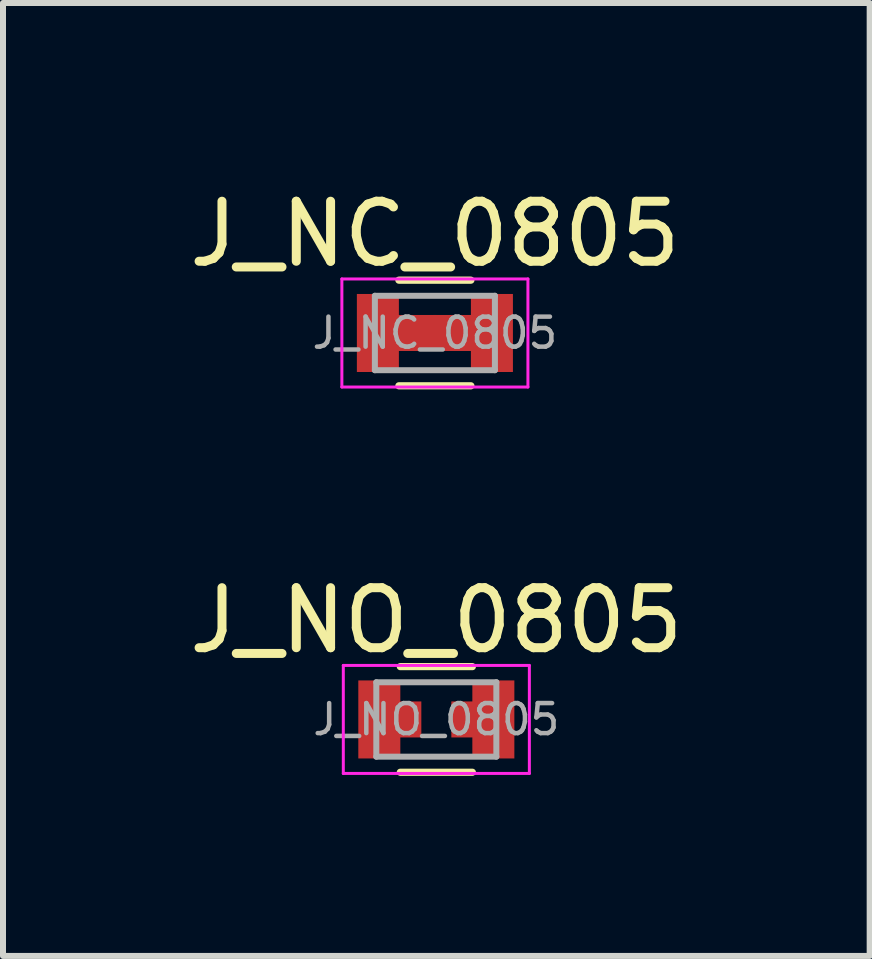
<source format=kicad_pcb>
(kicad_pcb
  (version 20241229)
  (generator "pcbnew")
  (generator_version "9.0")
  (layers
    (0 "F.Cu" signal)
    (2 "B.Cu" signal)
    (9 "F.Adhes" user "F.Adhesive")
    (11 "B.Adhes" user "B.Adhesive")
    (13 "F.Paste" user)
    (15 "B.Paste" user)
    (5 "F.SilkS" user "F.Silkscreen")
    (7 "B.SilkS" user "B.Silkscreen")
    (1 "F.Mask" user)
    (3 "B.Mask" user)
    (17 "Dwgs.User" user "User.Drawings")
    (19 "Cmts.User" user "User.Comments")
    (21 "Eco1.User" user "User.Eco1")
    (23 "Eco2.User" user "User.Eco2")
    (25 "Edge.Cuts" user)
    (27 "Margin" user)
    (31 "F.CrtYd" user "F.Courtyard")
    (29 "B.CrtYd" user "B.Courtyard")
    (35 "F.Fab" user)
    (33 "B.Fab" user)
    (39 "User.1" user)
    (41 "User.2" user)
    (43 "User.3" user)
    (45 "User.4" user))
  (footprint "J_NO_0805"
    (layer "F.Cu")
    (at 4.22 8.937)
    (property "Reference" "J_NO_0805" (at 0 -1.65 0) (layer "F.SilkS") (effects (font (size 1 1) (thickness 0.15))))
    (attr smd)
    (fp_line (start -0.6 -0.88) (end 0.6 -0.88) (stroke (width 0.12) (type solid)) (layer "F.SilkS"))
    (fp_line (start 0.6 0.88) (end -0.6 0.88) (stroke (width 0.12) (type solid)) (layer "F.SilkS"))
    (fp_line (start -1.55 -0.9) (end -1.55 0.9) (stroke (width 0.05) (type solid)) (layer "F.CrtYd"))
    (fp_line (start -1.55 -0.9) (end 1.55 -0.9) (stroke (width 0.05) (type solid)) (layer "F.CrtYd"))
    (fp_line (start 1.55 0.9) (end -1.55 0.9) (stroke (width 0.05) (type solid)) (layer "F.CrtYd"))
    (fp_line (start 1.55 0.9) (end 1.55 -0.9) (stroke (width 0.05) (type solid)) (layer "F.CrtYd"))
    (fp_line (start -1 -0.62) (end 1 -0.62) (stroke (width 0.1) (type solid)) (layer "F.Fab"))
    (fp_line (start -1 0.62) (end -1 -0.62) (stroke (width 0.1) (type solid)) (layer "F.Fab"))
    (fp_line (start 1 -0.62) (end 1 0.62) (stroke (width 0.1) (type solid)) (layer "F.Fab"))
    (fp_line (start 1 0.62) (end -1 0.62) (stroke (width 0.1) (type solid)) (layer "F.Fab"))
    (fp_text user "${REFERENCE}" (at 0 0 0) (layer "F.Fab") (effects (font (size 0.5 0.5) (thickness 0.075))))
    (pad "1" smd rect (at -0.95 0) (size 0.7 1.3) (layers "F.Cu" "F.Mask" "F.Paste"))
    (pad "1" smd rect (at -0.45 0) (size 0.4 0.6) (layers "F.Cu" "F.Mask" "F.Paste"))
    (pad "2" smd rect (at 0.45 0) (size 0.4 0.6) (layers "F.Cu" "F.Mask" "F.Paste"))
    (pad "2" smd rect (at 0.95 0) (size 0.7 1.3) (layers "F.Cu" "F.Mask" "F.Paste")))
  (footprint "J_NC_0805"
    (layer "F.Cu")
    (at 4.196 2.498)
    (property "Reference" "J_NC_0805" (at 0 -1.65 0) (layer "F.SilkS") (effects (font (size 1 1) (thickness 0.15))))
    (attr smd)
    (fp_line (start -0.6 -0.88) (end 0.6 -0.88) (stroke (width 0.12) (type solid)) (layer "F.SilkS"))
    (fp_line (start 0.6 0.88) (end -0.6 0.88) (stroke (width 0.12) (type solid)) (layer "F.SilkS"))
    (fp_line (start -1.55 -0.9) (end -1.55 0.9) (stroke (width 0.05) (type solid)) (layer "F.CrtYd"))
    (fp_line (start -1.55 -0.9) (end 1.55 -0.9) (stroke (width 0.05) (type solid)) (layer "F.CrtYd"))
    (fp_line (start 1.55 0.9) (end -1.55 0.9) (stroke (width 0.05) (type solid)) (layer "F.CrtYd"))
    (fp_line (start 1.55 0.9) (end 1.55 -0.9) (stroke (width 0.05) (type solid)) (layer "F.CrtYd"))
    (fp_line (start -1 -0.62) (end 1 -0.62) (stroke (width 0.1) (type solid)) (layer "F.Fab"))
    (fp_line (start -1 0.62) (end -1 -0.62) (stroke (width 0.1) (type solid)) (layer "F.Fab"))
    (fp_line (start 1 -0.62) (end 1 0.62) (stroke (width 0.1) (type solid)) (layer "F.Fab"))
    (fp_line (start 1 0.62) (end -1 0.62) (stroke (width 0.1) (type solid)) (layer "F.Fab"))
    (fp_text user "${REFERENCE}" (at 0 0 0) (layer "F.Fab") (effects (font (size 0.5 0.5) (thickness 0.075))))
    (pad "1" smd rect (at -0.95 0) (size 0.7 1.3) (layers "F.Cu" "F.Mask" "F.Paste"))
    (pad "1" smd rect (at -0.3 0) (size 0.65 0.6) (layers "F.Cu" "F.Mask" "F.Paste"))
    (pad "2" smd rect (at 0.3 0) (size 0.65 0.6) (layers "F.Cu" "F.Mask" "F.Paste"))
    (pad "2" smd rect (at 0.95 0) (size 0.7 1.3) (layers "F.Cu" "F.Mask" "F.Paste")))
  (gr_rect
    (start -3 -3)
    (end 11.44 12.877)
    (stroke (width 0.1) (type default))
    (fill no)
    (layer "Edge.Cuts")))
</source>
